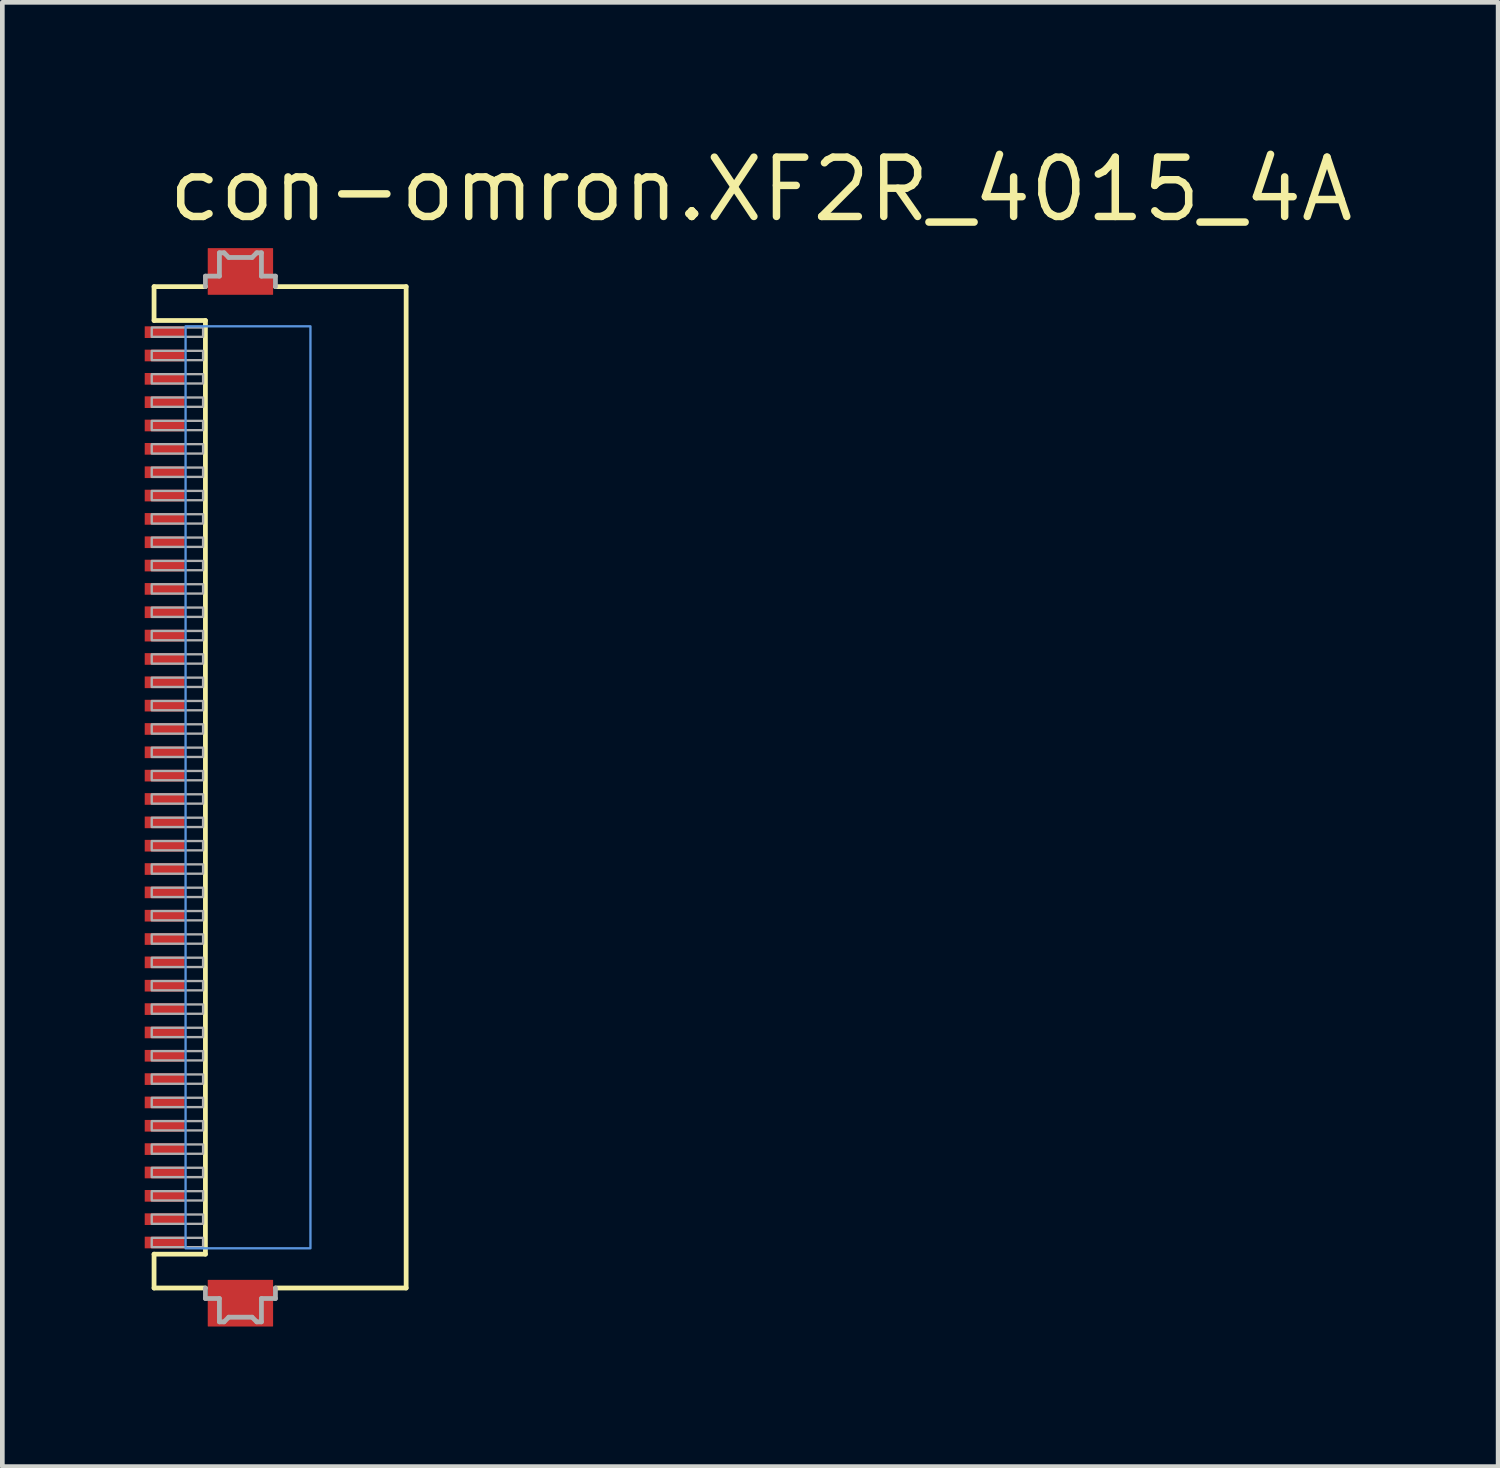
<source format=kicad_pcb>
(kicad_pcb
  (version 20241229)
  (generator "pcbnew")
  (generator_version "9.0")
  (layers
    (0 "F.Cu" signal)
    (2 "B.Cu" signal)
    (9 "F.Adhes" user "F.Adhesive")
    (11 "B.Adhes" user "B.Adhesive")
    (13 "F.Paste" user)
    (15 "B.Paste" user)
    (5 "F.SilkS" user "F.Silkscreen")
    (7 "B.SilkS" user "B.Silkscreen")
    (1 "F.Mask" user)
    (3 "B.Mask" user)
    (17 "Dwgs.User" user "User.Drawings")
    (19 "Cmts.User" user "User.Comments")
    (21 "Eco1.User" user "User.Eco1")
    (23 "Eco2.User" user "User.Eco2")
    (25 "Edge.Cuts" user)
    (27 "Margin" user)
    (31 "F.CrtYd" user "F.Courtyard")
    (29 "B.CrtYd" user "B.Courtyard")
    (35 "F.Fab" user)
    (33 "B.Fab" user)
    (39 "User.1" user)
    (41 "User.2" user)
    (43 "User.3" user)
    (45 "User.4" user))
  (footprint "con-omron.XF2R_4015_4A"
    (layer "F.Cu")
    (at 3.015 13.815)
    (property "Reference" "con-omron.XF2R_4015_4A" (at -2.54 -12.065 0) (layer "F.SilkS") (effects (font (size 1.27 1.27) (thickness 0.16)) (justify left bottom)))
    (attr smd)
    (fp_rect (start -2.99 -9.6) (end -2.09 -9.9) (stroke (width 0.05) (type default)) (fill yes) (layer "F.Mask"))
    (fp_rect (start -2.99 -9.1) (end -2.09 -9.4) (stroke (width 0.05) (type default)) (fill yes) (layer "F.Mask"))
    (fp_rect (start -2.99 -8.6) (end -2.09 -8.9) (stroke (width 0.05) (type default)) (fill yes) (layer "F.Mask"))
    (fp_rect (start -2.99 -8.1) (end -2.09 -8.4) (stroke (width 0.05) (type default)) (fill yes) (layer "F.Mask"))
    (fp_rect (start -2.99 -7.6) (end -2.09 -7.9) (stroke (width 0.05) (type default)) (fill yes) (layer "F.Mask"))
    (fp_rect (start -2.99 -7.1) (end -2.09 -7.4) (stroke (width 0.05) (type default)) (fill yes) (layer "F.Mask"))
    (fp_rect (start -2.99 -6.6) (end -2.09 -6.9) (stroke (width 0.05) (type default)) (fill yes) (layer "F.Mask"))
    (fp_rect (start -2.99 -6.1) (end -2.09 -6.4) (stroke (width 0.05) (type default)) (fill yes) (layer "F.Mask"))
    (fp_rect (start -2.99 -5.6) (end -2.09 -5.9) (stroke (width 0.05) (type default)) (fill yes) (layer "F.Mask"))
    (fp_rect (start -2.99 -5.1) (end -2.09 -5.4) (stroke (width 0.05) (type default)) (fill yes) (layer "F.Mask"))
    (fp_rect (start -2.99 -4.6) (end -2.09 -4.9) (stroke (width 0.05) (type default)) (fill yes) (layer "F.Mask"))
    (fp_rect (start -2.99 -4.1) (end -2.09 -4.4) (stroke (width 0.05) (type default)) (fill yes) (layer "F.Mask"))
    (fp_rect (start -2.99 -3.6) (end -2.09 -3.9) (stroke (width 0.05) (type default)) (fill yes) (layer "F.Mask"))
    (fp_rect (start -2.99 -3.1) (end -2.09 -3.4) (stroke (width 0.05) (type default)) (fill yes) (layer "F.Mask"))
    (fp_rect (start -2.99 -2.6) (end -2.09 -2.9) (stroke (width 0.05) (type default)) (fill yes) (layer "F.Mask"))
    (fp_rect (start -2.99 -2.1) (end -2.09 -2.4) (stroke (width 0.05) (type default)) (fill yes) (layer "F.Mask"))
    (fp_rect (start -2.99 -1.6) (end -2.09 -1.9) (stroke (width 0.05) (type default)) (fill yes) (layer "F.Mask"))
    (fp_rect (start -2.99 -1.1) (end -2.09 -1.4) (stroke (width 0.05) (type default)) (fill yes) (layer "F.Mask"))
    (fp_rect (start -2.99 -0.6) (end -2.09 -0.9) (stroke (width 0.05) (type default)) (fill yes) (layer "F.Mask"))
    (fp_rect (start -2.99 -0.1) (end -2.09 -0.4) (stroke (width 0.05) (type default)) (fill yes) (layer "F.Mask"))
    (fp_rect (start -2.99 0.4) (end -2.09 0.1) (stroke (width 0.05) (type default)) (fill yes) (layer "F.Mask"))
    (fp_rect (start -2.99 0.9) (end -2.09 0.6) (stroke (width 0.05) (type default)) (fill yes) (layer "F.Mask"))
    (fp_rect (start -2.99 1.4) (end -2.09 1.1) (stroke (width 0.05) (type default)) (fill yes) (layer "F.Mask"))
    (fp_rect (start -2.99 1.9) (end -2.09 1.6) (stroke (width 0.05) (type default)) (fill yes) (layer "F.Mask"))
    (fp_rect (start -2.99 2.4) (end -2.09 2.1) (stroke (width 0.05) (type default)) (fill yes) (layer "F.Mask"))
    (fp_rect (start -2.99 2.9) (end -2.09 2.6) (stroke (width 0.05) (type default)) (fill yes) (layer "F.Mask"))
    (fp_rect (start -2.99 3.4) (end -2.09 3.1) (stroke (width 0.05) (type default)) (fill yes) (layer "F.Mask"))
    (fp_rect (start -2.99 3.9) (end -2.09 3.6) (stroke (width 0.05) (type default)) (fill yes) (layer "F.Mask"))
    (fp_rect (start -2.99 4.4) (end -2.09 4.1) (stroke (width 0.05) (type default)) (fill yes) (layer "F.Mask"))
    (fp_rect (start -2.99 4.9) (end -2.09 4.6) (stroke (width 0.05) (type default)) (fill yes) (layer "F.Mask"))
    (fp_rect (start -2.99 5.4) (end -2.09 5.1) (stroke (width 0.05) (type default)) (fill yes) (layer "F.Mask"))
    (fp_rect (start -2.99 5.9) (end -2.09 5.6) (stroke (width 0.05) (type default)) (fill yes) (layer "F.Mask"))
    (fp_rect (start -2.99 6.4) (end -2.09 6.1) (stroke (width 0.05) (type default)) (fill yes) (layer "F.Mask"))
    (fp_rect (start -2.99 6.9) (end -2.09 6.6) (stroke (width 0.05) (type default)) (fill yes) (layer "F.Mask"))
    (fp_rect (start -2.99 7.4) (end -2.09 7.1) (stroke (width 0.05) (type default)) (fill yes) (layer "F.Mask"))
    (fp_rect (start -2.99 7.9) (end -2.09 7.6) (stroke (width 0.05) (type default)) (fill yes) (layer "F.Mask"))
    (fp_rect (start -2.99 8.4) (end -2.09 8.1) (stroke (width 0.05) (type default)) (fill yes) (layer "F.Mask"))
    (fp_rect (start -2.99 8.9) (end -2.09 8.6) (stroke (width 0.05) (type default)) (fill yes) (layer "F.Mask"))
    (fp_rect (start -2.99 9.4) (end -2.09 9.1) (stroke (width 0.05) (type default)) (fill yes) (layer "F.Mask"))
    (fp_rect (start -2.99 9.9) (end -2.09 9.6) (stroke (width 0.05) (type default)) (fill yes) (layer "F.Mask"))
    (fp_line (start -2.765 -10.725) (end -2.765 -10) (stroke (width 0.102) (type default)) (layer "F.SilkS"))
    (fp_line (start -2.765 -10.725) (end -1.665 -10.725) (stroke (width 0.102) (type default)) (layer "F.SilkS"))
    (fp_line (start -2.765 -10) (end -1.665 -10) (stroke (width 0.102) (type default)) (layer "F.SilkS"))
    (fp_line (start -2.765 10) (end -2.765 10.725) (stroke (width 0.102) (type default)) (layer "F.SilkS"))
    (fp_line (start -2.765 10.725) (end -1.665 10.725) (stroke (width 0.102) (type default)) (layer "F.SilkS"))
    (fp_line (start -1.665 -10) (end -1.665 10) (stroke (width 0.102) (type default)) (layer "F.SilkS"))
    (fp_line (start -1.665 10) (end -2.765 10) (stroke (width 0.102) (type default)) (layer "F.SilkS"))
    (fp_line (start -0.165 10.725) (end 2.635 10.725) (stroke (width 0.102) (type default)) (layer "F.SilkS"))
    (fp_line (start 2.635 -10.725) (end -0.165 -10.725) (stroke (width 0.102) (type default)) (layer "F.SilkS"))
    (fp_line (start 2.635 10.725) (end 2.635 -10.725) (stroke (width 0.102) (type default)) (layer "F.SilkS"))
    (fp_rect (start -2.09 9.875) (end 0.585 -9.875) (stroke (width 0.05) (type default)) (fill no) (layer "Cmts.User"))
    (fp_line (start -1.665 -10.95) (end -1.665 -10.725) (stroke (width 0.102) (type default)) (layer "F.Fab"))
    (fp_line (start -1.665 10.725) (end -1.665 10.95) (stroke (width 0.102) (type default)) (layer "F.Fab"))
    (fp_line (start -1.665 10.95) (end -1.365 10.95) (stroke (width 0.102) (type default)) (layer "F.Fab"))
    (fp_line (start -1.365 -11.45) (end -1.365 -10.95) (stroke (width 0.102) (type default)) (layer "F.Fab"))
    (fp_line (start -1.365 -10.95) (end -1.665 -10.95) (stroke (width 0.102) (type default)) (layer "F.Fab"))
    (fp_line (start -1.365 10.95) (end -1.365 11.45) (stroke (width 0.102) (type default)) (layer "F.Fab"))
    (fp_line (start -1.365 11.45) (end -1.265 11.45) (stroke (width 0.102) (type default)) (layer "F.Fab"))
    (fp_line (start -1.265 -11.45) (end -1.365 -11.45) (stroke (width 0.102) (type default)) (layer "F.Fab"))
    (fp_line (start -1.265 11.45) (end -1.165 11.35) (stroke (width 0.102) (type default)) (layer "F.Fab"))
    (fp_line (start -1.165 -11.35) (end -1.265 -11.45) (stroke (width 0.102) (type default)) (layer "F.Fab"))
    (fp_line (start -1.165 11.35) (end -0.665 11.35) (stroke (width 0.102) (type default)) (layer "F.Fab"))
    (fp_line (start -0.665 -11.35) (end -1.165 -11.35) (stroke (width 0.102) (type default)) (layer "F.Fab"))
    (fp_line (start -0.665 11.35) (end -0.565 11.45) (stroke (width 0.102) (type default)) (layer "F.Fab"))
    (fp_line (start -0.565 -11.45) (end -0.665 -11.35) (stroke (width 0.102) (type default)) (layer "F.Fab"))
    (fp_line (start -0.565 11.45) (end -0.465 11.45) (stroke (width 0.102) (type default)) (layer "F.Fab"))
    (fp_line (start -0.465 -11.45) (end -0.565 -11.45) (stroke (width 0.102) (type default)) (layer "F.Fab"))
    (fp_line (start -0.465 -10.95) (end -0.465 -11.45) (stroke (width 0.102) (type default)) (layer "F.Fab"))
    (fp_line (start -0.465 10.95) (end -0.165 10.95) (stroke (width 0.102) (type default)) (layer "F.Fab"))
    (fp_line (start -0.465 11.45) (end -0.465 10.95) (stroke (width 0.102) (type default)) (layer "F.Fab"))
    (fp_line (start -0.165 -10.95) (end -0.465 -10.95) (stroke (width 0.102) (type default)) (layer "F.Fab"))
    (fp_line (start -0.165 -10.725) (end -0.165 -10.95) (stroke (width 0.102) (type default)) (layer "F.Fab"))
    (fp_line (start -0.165 10.95) (end -0.165 10.725) (stroke (width 0.102) (type default)) (layer "F.Fab"))
    (fp_rect (start -2.815 -9.65) (end -1.715 -9.85) (stroke (width 0.05) (type default)) (fill no) (layer "F.Fab"))
    (fp_rect (start -2.815 -9.15) (end -1.715 -9.35) (stroke (width 0.05) (type default)) (fill no) (layer "F.Fab"))
    (fp_rect (start -2.815 -8.65) (end -1.715 -8.85) (stroke (width 0.05) (type default)) (fill no) (layer "F.Fab"))
    (fp_rect (start -2.815 -8.15) (end -1.715 -8.35) (stroke (width 0.05) (type default)) (fill no) (layer "F.Fab"))
    (fp_rect (start -2.815 -7.65) (end -1.715 -7.85) (stroke (width 0.05) (type default)) (fill no) (layer "F.Fab"))
    (fp_rect (start -2.815 -7.15) (end -1.715 -7.35) (stroke (width 0.05) (type default)) (fill no) (layer "F.Fab"))
    (fp_rect (start -2.815 -6.65) (end -1.715 -6.85) (stroke (width 0.05) (type default)) (fill no) (layer "F.Fab"))
    (fp_rect (start -2.815 -6.15) (end -1.715 -6.35) (stroke (width 0.05) (type default)) (fill no) (layer "F.Fab"))
    (fp_rect (start -2.815 -5.65) (end -1.715 -5.85) (stroke (width 0.05) (type default)) (fill no) (layer "F.Fab"))
    (fp_rect (start -2.815 -5.15) (end -1.715 -5.35) (stroke (width 0.05) (type default)) (fill no) (layer "F.Fab"))
    (fp_rect (start -2.815 -4.65) (end -1.715 -4.85) (stroke (width 0.05) (type default)) (fill no) (layer "F.Fab"))
    (fp_rect (start -2.815 -4.15) (end -1.715 -4.35) (stroke (width 0.05) (type default)) (fill no) (layer "F.Fab"))
    (fp_rect (start -2.815 -3.65) (end -1.715 -3.85) (stroke (width 0.05) (type default)) (fill no) (layer "F.Fab"))
    (fp_rect (start -2.815 -3.15) (end -1.715 -3.35) (stroke (width 0.05) (type default)) (fill no) (layer "F.Fab"))
    (fp_rect (start -2.815 -2.65) (end -1.715 -2.85) (stroke (width 0.05) (type default)) (fill no) (layer "F.Fab"))
    (fp_rect (start -2.815 -2.15) (end -1.715 -2.35) (stroke (width 0.05) (type default)) (fill no) (layer "F.Fab"))
    (fp_rect (start -2.815 -1.65) (end -1.715 -1.85) (stroke (width 0.05) (type default)) (fill no) (layer "F.Fab"))
    (fp_rect (start -2.815 -1.15) (end -1.715 -1.35) (stroke (width 0.05) (type default)) (fill no) (layer "F.Fab"))
    (fp_rect (start -2.815 -0.65) (end -1.715 -0.85) (stroke (width 0.05) (type default)) (fill no) (layer "F.Fab"))
    (fp_rect (start -2.815 -0.15) (end -1.715 -0.35) (stroke (width 0.05) (type default)) (fill no) (layer "F.Fab"))
    (fp_rect (start -2.815 0.35) (end -1.715 0.15) (stroke (width 0.05) (type default)) (fill no) (layer "F.Fab"))
    (fp_rect (start -2.815 0.85) (end -1.715 0.65) (stroke (width 0.05) (type default)) (fill no) (layer "F.Fab"))
    (fp_rect (start -2.815 1.35) (end -1.715 1.15) (stroke (width 0.05) (type default)) (fill no) (layer "F.Fab"))
    (fp_rect (start -2.815 1.85) (end -1.715 1.65) (stroke (width 0.05) (type default)) (fill no) (layer "F.Fab"))
    (fp_rect (start -2.815 2.35) (end -1.715 2.15) (stroke (width 0.05) (type default)) (fill no) (layer "F.Fab"))
    (fp_rect (start -2.815 2.85) (end -1.715 2.65) (stroke (width 0.05) (type default)) (fill no) (layer "F.Fab"))
    (fp_rect (start -2.815 3.35) (end -1.715 3.15) (stroke (width 0.05) (type default)) (fill no) (layer "F.Fab"))
    (fp_rect (start -2.815 3.85) (end -1.715 3.65) (stroke (width 0.05) (type default)) (fill no) (layer "F.Fab"))
    (fp_rect (start -2.815 4.35) (end -1.715 4.15) (stroke (width 0.05) (type default)) (fill no) (layer "F.Fab"))
    (fp_rect (start -2.815 4.85) (end -1.715 4.65) (stroke (width 0.05) (type default)) (fill no) (layer "F.Fab"))
    (fp_rect (start -2.815 5.35) (end -1.715 5.15) (stroke (width 0.05) (type default)) (fill no) (layer "F.Fab"))
    (fp_rect (start -2.815 5.85) (end -1.715 5.65) (stroke (width 0.05) (type default)) (fill no) (layer "F.Fab"))
    (fp_rect (start -2.815 6.35) (end -1.715 6.15) (stroke (width 0.05) (type default)) (fill no) (layer "F.Fab"))
    (fp_rect (start -2.815 6.85) (end -1.715 6.65) (stroke (width 0.05) (type default)) (fill no) (layer "F.Fab"))
    (fp_rect (start -2.815 7.35) (end -1.715 7.15) (stroke (width 0.05) (type default)) (fill no) (layer "F.Fab"))
    (fp_rect (start -2.815 7.85) (end -1.715 7.65) (stroke (width 0.05) (type default)) (fill no) (layer "F.Fab"))
    (fp_rect (start -2.815 8.35) (end -1.715 8.15) (stroke (width 0.05) (type default)) (fill no) (layer "F.Fab"))
    (fp_rect (start -2.815 8.85) (end -1.715 8.65) (stroke (width 0.05) (type default)) (fill no) (layer "F.Fab"))
    (fp_rect (start -2.815 9.35) (end -1.715 9.15) (stroke (width 0.05) (type default)) (fill no) (layer "F.Fab"))
    (fp_rect (start -2.815 9.85) (end -1.715 9.65) (stroke (width 0.05) (type default)) (fill no) (layer "F.Fab"))
    (pad "1" smd roundrect (at -2.54 -9.75) (size 0.85 0.25) (layers "F.Cu" "F.Mask" "F.Paste") (roundrect_rratio 0.01))
    (pad "2" smd roundrect (at -2.54 -9.25) (size 0.85 0.25) (layers "F.Cu" "F.Mask" "F.Paste") (roundrect_rratio 0.01))
    (pad "3" smd roundrect (at -2.54 -8.75) (size 0.85 0.25) (layers "F.Cu" "F.Mask" "F.Paste") (roundrect_rratio 0.01))
    (pad "4" smd roundrect (at -2.54 -8.25) (size 0.85 0.25) (layers "F.Cu" "F.Mask" "F.Paste") (roundrect_rratio 0.01))
    (pad "5" smd roundrect (at -2.54 -7.75) (size 0.85 0.25) (layers "F.Cu" "F.Mask" "F.Paste") (roundrect_rratio 0.01))
    (pad "6" smd roundrect (at -2.54 -7.25) (size 0.85 0.25) (layers "F.Cu" "F.Mask" "F.Paste") (roundrect_rratio 0.01))
    (pad "7" smd roundrect (at -2.54 -6.75) (size 0.85 0.25) (layers "F.Cu" "F.Mask" "F.Paste") (roundrect_rratio 0.01))
    (pad "8" smd roundrect (at -2.54 -6.25) (size 0.85 0.25) (layers "F.Cu" "F.Mask" "F.Paste") (roundrect_rratio 0.01))
    (pad "9" smd roundrect (at -2.54 -5.75) (size 0.85 0.25) (layers "F.Cu" "F.Mask" "F.Paste") (roundrect_rratio 0.01))
    (pad "10" smd roundrect (at -2.54 -5.25) (size 0.85 0.25) (layers "F.Cu" "F.Mask" "F.Paste") (roundrect_rratio 0.01))
    (pad "11" smd roundrect (at -2.54 -4.75) (size 0.85 0.25) (layers "F.Cu" "F.Mask" "F.Paste") (roundrect_rratio 0.01))
    (pad "12" smd roundrect (at -2.54 -4.25) (size 0.85 0.25) (layers "F.Cu" "F.Mask" "F.Paste") (roundrect_rratio 0.01))
    (pad "13" smd roundrect (at -2.54 -3.75) (size 0.85 0.25) (layers "F.Cu" "F.Mask" "F.Paste") (roundrect_rratio 0.01))
    (pad "14" smd roundrect (at -2.54 -3.25) (size 0.85 0.25) (layers "F.Cu" "F.Mask" "F.Paste") (roundrect_rratio 0.01))
    (pad "15" smd roundrect (at -2.54 -2.75) (size 0.85 0.25) (layers "F.Cu" "F.Mask" "F.Paste") (roundrect_rratio 0.01))
    (pad "16" smd roundrect (at -2.54 -2.25) (size 0.85 0.25) (layers "F.Cu" "F.Mask" "F.Paste") (roundrect_rratio 0.01))
    (pad "17" smd roundrect (at -2.54 -1.75) (size 0.85 0.25) (layers "F.Cu" "F.Mask" "F.Paste") (roundrect_rratio 0.01))
    (pad "18" smd roundrect (at -2.54 -1.25) (size 0.85 0.25) (layers "F.Cu" "F.Mask" "F.Paste") (roundrect_rratio 0.01))
    (pad "19" smd roundrect (at -2.54 -0.75) (size 0.85 0.25) (layers "F.Cu" "F.Mask" "F.Paste") (roundrect_rratio 0.01))
    (pad "20" smd roundrect (at -2.54 -0.25) (size 0.85 0.25) (layers "F.Cu" "F.Mask" "F.Paste") (roundrect_rratio 0.01))
    (pad "21" smd roundrect (at -2.54 0.25) (size 0.85 0.25) (layers "F.Cu" "F.Mask" "F.Paste") (roundrect_rratio 0.01))
    (pad "22" smd roundrect (at -2.54 0.75) (size 0.85 0.25) (layers "F.Cu" "F.Mask" "F.Paste") (roundrect_rratio 0.01))
    (pad "23" smd roundrect (at -2.54 1.25) (size 0.85 0.25) (layers "F.Cu" "F.Mask" "F.Paste") (roundrect_rratio 0.01))
    (pad "24" smd roundrect (at -2.54 1.75) (size 0.85 0.25) (layers "F.Cu" "F.Mask" "F.Paste") (roundrect_rratio 0.01))
    (pad "25" smd roundrect (at -2.54 2.25) (size 0.85 0.25) (layers "F.Cu" "F.Mask" "F.Paste") (roundrect_rratio 0.01))
    (pad "26" smd roundrect (at -2.54 2.75) (size 0.85 0.25) (layers "F.Cu" "F.Mask" "F.Paste") (roundrect_rratio 0.01))
    (pad "27" smd roundrect (at -2.54 3.25) (size 0.85 0.25) (layers "F.Cu" "F.Mask" "F.Paste") (roundrect_rratio 0.01))
    (pad "28" smd roundrect (at -2.54 3.75) (size 0.85 0.25) (layers "F.Cu" "F.Mask" "F.Paste") (roundrect_rratio 0.01))
    (pad "29" smd roundrect (at -2.54 4.25) (size 0.85 0.25) (layers "F.Cu" "F.Mask" "F.Paste") (roundrect_rratio 0.01))
    (pad "30" smd roundrect (at -2.54 4.75) (size 0.85 0.25) (layers "F.Cu" "F.Mask" "F.Paste") (roundrect_rratio 0.01))
    (pad "31" smd roundrect (at -2.54 5.25) (size 0.85 0.25) (layers "F.Cu" "F.Mask" "F.Paste") (roundrect_rratio 0.01))
    (pad "32" smd roundrect (at -2.54 5.75) (size 0.85 0.25) (layers "F.Cu" "F.Mask" "F.Paste") (roundrect_rratio 0.01))
    (pad "33" smd roundrect (at -2.54 6.25) (size 0.85 0.25) (layers "F.Cu" "F.Mask" "F.Paste") (roundrect_rratio 0.01))
    (pad "34" smd roundrect (at -2.54 6.75) (size 0.85 0.25) (layers "F.Cu" "F.Mask" "F.Paste") (roundrect_rratio 0.01))
    (pad "35" smd roundrect (at -2.54 7.25) (size 0.85 0.25) (layers "F.Cu" "F.Mask" "F.Paste") (roundrect_rratio 0.01))
    (pad "36" smd roundrect (at -2.54 7.75) (size 0.85 0.25) (layers "F.Cu" "F.Mask" "F.Paste") (roundrect_rratio 0.01))
    (pad "37" smd roundrect (at -2.54 8.25) (size 0.85 0.25) (layers "F.Cu" "F.Mask" "F.Paste") (roundrect_rratio 0.01))
    (pad "38" smd roundrect (at -2.54 8.75) (size 0.85 0.25) (layers "F.Cu" "F.Mask" "F.Paste") (roundrect_rratio 0.01))
    (pad "39" smd roundrect (at -2.54 9.25) (size 0.85 0.25) (layers "F.Cu" "F.Mask" "F.Paste") (roundrect_rratio 0.01))
    (pad "40" smd roundrect (at -2.54 9.75) (size 0.85 0.25) (layers "F.Cu" "F.Mask" "F.Paste") (roundrect_rratio 0.01))
    (pad "M1" smd roundrect (at -0.915 -11.05 180) (size 1.4 1) (layers "F.Cu" "F.Mask" "F.Paste") (roundrect_rratio 0.01))
    (pad "M2" smd roundrect (at -0.915 11.05 180) (size 1.4 1) (layers "F.Cu" "F.Mask" "F.Paste") (roundrect_rratio 0.01)))
  (gr_rect
    (start -3 -3)
    (end 29.041 28.365)
    (stroke (width 0.1) (type default))
    (fill no)
    (layer "Edge.Cuts")))
</source>
